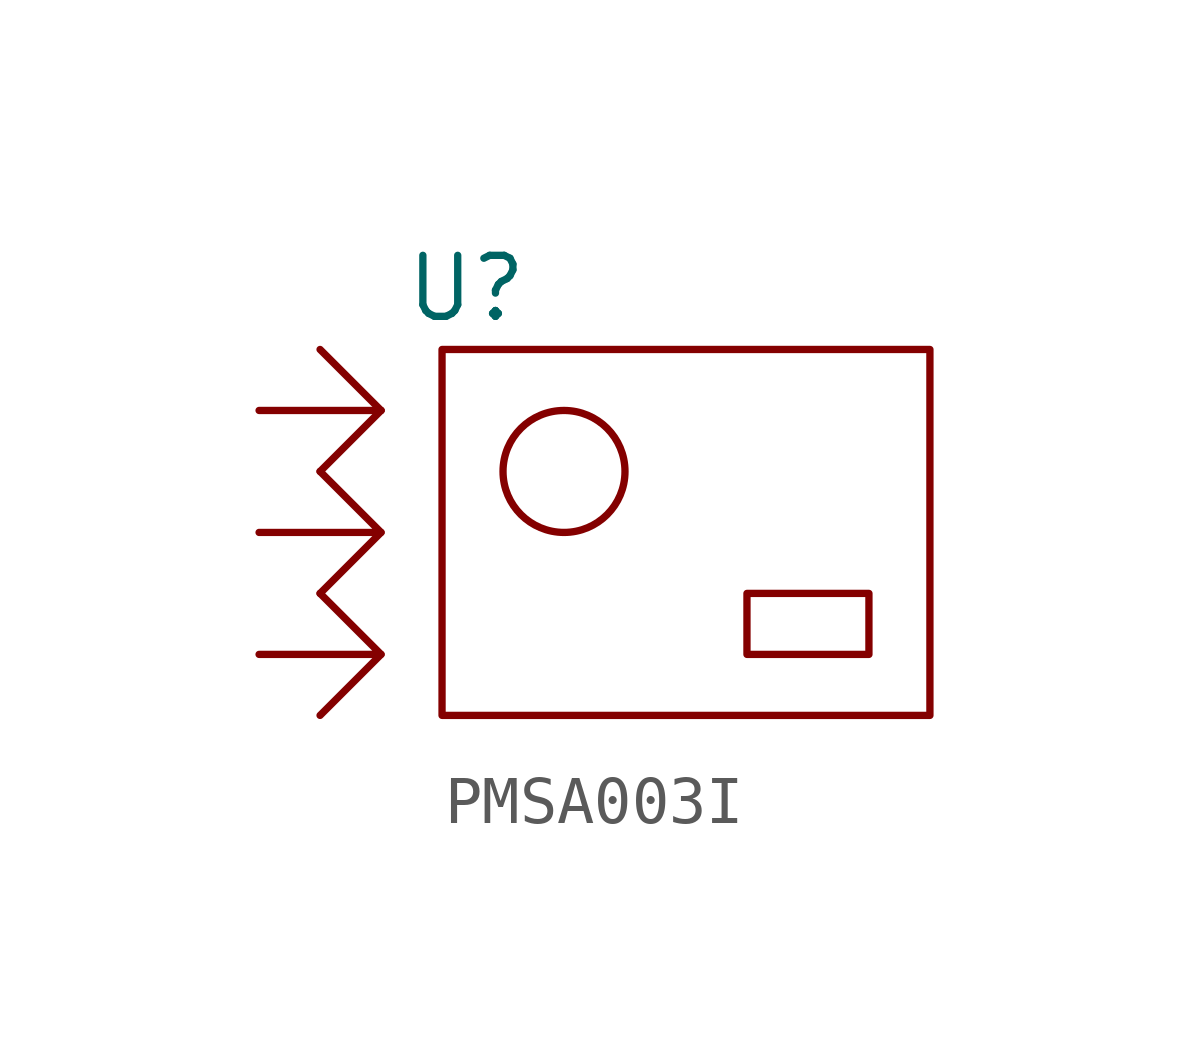
<source format=kicad_sym>
(kicad_symbol_lib
  (version 20231120)
  (generator "kicad_symbol_editor")
  (generator_version "8.0")
  (symbol "PMSA003I"
    (property "Reference" "U"
      (at -4.572 5.08 0)
      (effects (font (size 1.27 1.27))))
    (property "Value" ""
      (at 0 0 0)
      (effects (font (size 1.27 1.27))))
    (symbol "PMSA003I_0_1"
      (rectangle (start -5.08 3.81) (end 5.08 -3.81) (stroke (width 0) (type default)) (fill (type none)))
      (circle (center -2.54 1.27) (radius 1.27) (stroke (width 0) (type default)) (fill (type none)))
      (polyline (pts (xy -8.89 2.54) (xy -6.35 2.54)) (stroke (width 0) (type default)) (fill (type none)))
      (polyline (pts (xy -6.35 -2.54) (xy -7.62 -3.81)) (stroke (width 0) (type default)) (fill (type none)))
      (polyline (pts (xy -6.35 0) (xy -7.62 -1.27)) (stroke (width 0) (type default)) (fill (type none)))
      (polyline (pts (xy -6.35 2.54) (xy -7.62 1.27)) (stroke (width 0) (type default)) (fill (type none)))
      (polyline (pts (xy -6.35 2.54) (xy -7.62 3.81)) (stroke (width 0) (type default)) (fill (type none)))
      (polyline (pts (xy -8.89 -2.54) (xy -6.35 -2.54) (xy -7.62 -1.27)) (stroke (width 0) (type default)) (fill (type none)))
      (polyline (pts (xy -8.89 0) (xy -6.35 0) (xy -7.62 1.27)) (stroke (width 0) (type default)) (fill (type none)))
      (rectangle (start 1.27 -2.54) (end 3.81 -1.27) (stroke (width 0) (type default)) (fill (type none))))))
</source>
